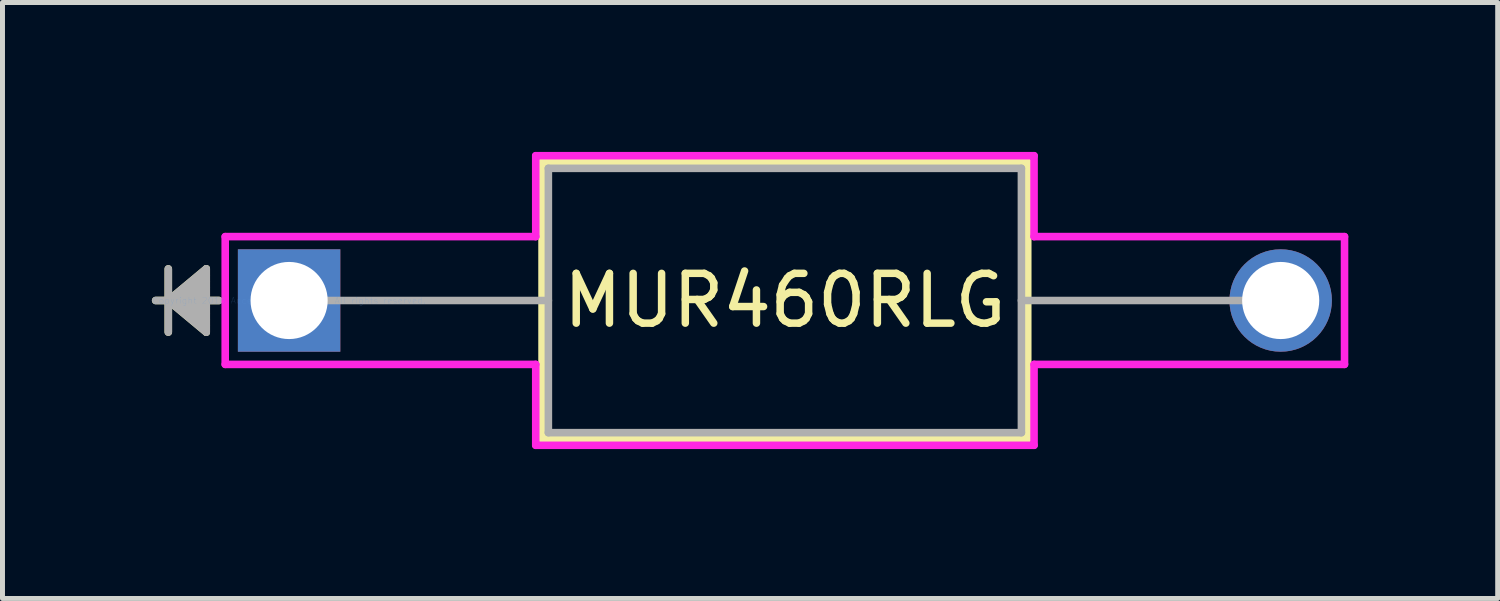
<source format=kicad_pcb>
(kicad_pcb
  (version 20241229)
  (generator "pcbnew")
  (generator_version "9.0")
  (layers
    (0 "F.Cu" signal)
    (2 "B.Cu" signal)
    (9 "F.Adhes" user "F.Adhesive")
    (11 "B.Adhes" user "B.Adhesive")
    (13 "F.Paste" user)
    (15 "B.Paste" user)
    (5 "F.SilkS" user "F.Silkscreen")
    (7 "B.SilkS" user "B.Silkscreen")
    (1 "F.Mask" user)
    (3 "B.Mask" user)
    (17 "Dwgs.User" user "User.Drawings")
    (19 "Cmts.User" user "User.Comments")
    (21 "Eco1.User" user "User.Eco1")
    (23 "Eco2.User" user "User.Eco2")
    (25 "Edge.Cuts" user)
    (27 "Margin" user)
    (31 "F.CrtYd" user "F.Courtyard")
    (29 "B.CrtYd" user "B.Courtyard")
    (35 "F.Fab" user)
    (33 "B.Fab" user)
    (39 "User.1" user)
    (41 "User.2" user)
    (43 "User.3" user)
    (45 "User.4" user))
  (footprint "MUR460RLG"
    (layer "F.Cu")
    (at 2.756 2.985)
    (property "Reference" "MUR460RLG" (at 9.957 0 0) (layer "F.SilkS") (effects (font (size 1 1) (thickness 0.15))))
    (attr through_hole)
    (fp_line (start -2.426 -0.635) (end -2.426 0.635) (stroke (width 0.152) (type solid)) (layer "F.SilkS"))
    (fp_line (start -2.426 0) (end -1.664 -0.635) (stroke (width 0.152) (type solid)) (layer "F.SilkS"))
    (fp_line (start -2.426 0) (end -1.664 -0.508) (stroke (width 0.152) (type solid)) (layer "F.SilkS"))
    (fp_line (start -2.426 0) (end -1.664 -0.381) (stroke (width 0.152) (type solid)) (layer "F.SilkS"))
    (fp_line (start -2.426 0) (end -1.664 -0.254) (stroke (width 0.152) (type solid)) (layer "F.SilkS"))
    (fp_line (start -2.426 0) (end -1.664 -0.127) (stroke (width 0.152) (type solid)) (layer "F.SilkS"))
    (fp_line (start -2.426 0) (end -1.664 0.127) (stroke (width 0.152) (type solid)) (layer "F.SilkS"))
    (fp_line (start -2.426 0) (end -1.664 0.254) (stroke (width 0.152) (type solid)) (layer "F.SilkS"))
    (fp_line (start -2.426 0) (end -1.664 0.381) (stroke (width 0.152) (type solid)) (layer "F.SilkS"))
    (fp_line (start -2.426 0) (end -1.664 0.508) (stroke (width 0.152) (type solid)) (layer "F.SilkS"))
    (fp_line (start -2.426 0) (end -1.664 0.635) (stroke (width 0.152) (type solid)) (layer "F.SilkS"))
    (fp_line (start -1.664 -0.635) (end -1.664 0.635) (stroke (width 0.152) (type solid)) (layer "F.SilkS"))
    (fp_line (start -1.41 0) (end -2.68 0) (stroke (width 0.152) (type solid)) (layer "F.SilkS"))
    (fp_line (start 5.08 -2.781) (end 5.08 2.781) (stroke (width 0.152) (type solid)) (layer "F.SilkS"))
    (fp_line (start 5.08 2.781) (end 14.834 2.781) (stroke (width 0.152) (type solid)) (layer "F.SilkS"))
    (fp_line (start 14.834 -2.781) (end 5.08 -2.781) (stroke (width 0.152) (type solid)) (layer "F.SilkS"))
    (fp_line (start 14.834 2.781) (end 14.834 -2.781) (stroke (width 0.152) (type solid)) (layer "F.SilkS"))
    (fp_line (start -1.283 -1.283) (end 4.953 -1.283) (stroke (width 0.152) (type solid)) (layer "F.CrtYd"))
    (fp_line (start -1.283 1.283) (end -1.283 -1.283) (stroke (width 0.152) (type solid)) (layer "F.CrtYd"))
    (fp_line (start 4.953 -2.908) (end 14.961 -2.908) (stroke (width 0.152) (type solid)) (layer "F.CrtYd"))
    (fp_line (start 4.953 -1.283) (end 4.953 -2.908) (stroke (width 0.152) (type solid)) (layer "F.CrtYd"))
    (fp_line (start 4.953 1.283) (end -1.283 1.283) (stroke (width 0.152) (type solid)) (layer "F.CrtYd"))
    (fp_line (start 4.953 2.908) (end 4.953 1.283) (stroke (width 0.152) (type solid)) (layer "F.CrtYd"))
    (fp_line (start 14.961 -2.908) (end 14.961 -1.283) (stroke (width 0.152) (type solid)) (layer "F.CrtYd"))
    (fp_line (start 14.961 -1.283) (end 21.196 -1.283) (stroke (width 0.152) (type solid)) (layer "F.CrtYd"))
    (fp_line (start 14.961 1.283) (end 14.961 2.908) (stroke (width 0.152) (type solid)) (layer "F.CrtYd"))
    (fp_line (start 14.961 2.908) (end 4.953 2.908) (stroke (width 0.152) (type solid)) (layer "F.CrtYd"))
    (fp_line (start 21.196 -1.283) (end 21.196 1.283) (stroke (width 0.152) (type solid)) (layer "F.CrtYd"))
    (fp_line (start 21.196 1.283) (end 14.961 1.283) (stroke (width 0.152) (type solid)) (layer "F.CrtYd"))
    (fp_line (start -2.426 -0.635) (end -2.426 0.635) (stroke (width 0.152) (type solid)) (layer "F.Fab"))
    (fp_line (start -2.426 0) (end -1.664 -0.635) (stroke (width 0.152) (type solid)) (layer "F.Fab"))
    (fp_line (start -2.426 0) (end -1.664 -0.508) (stroke (width 0.152) (type solid)) (layer "F.Fab"))
    (fp_line (start -2.426 0) (end -1.664 -0.381) (stroke (width 0.152) (type solid)) (layer "F.Fab"))
    (fp_line (start -2.426 0) (end -1.664 -0.254) (stroke (width 0.152) (type solid)) (layer "F.Fab"))
    (fp_line (start -2.426 0) (end -1.664 -0.127) (stroke (width 0.152) (type solid)) (layer "F.Fab"))
    (fp_line (start -2.426 0) (end -1.664 0.127) (stroke (width 0.152) (type solid)) (layer "F.Fab"))
    (fp_line (start -2.426 0) (end -1.664 0.254) (stroke (width 0.152) (type solid)) (layer "F.Fab"))
    (fp_line (start -2.426 0) (end -1.664 0.381) (stroke (width 0.152) (type solid)) (layer "F.Fab"))
    (fp_line (start -2.426 0) (end -1.664 0.508) (stroke (width 0.152) (type solid)) (layer "F.Fab"))
    (fp_line (start -2.426 0) (end -1.664 0.635) (stroke (width 0.152) (type solid)) (layer "F.Fab"))
    (fp_line (start -1.664 -0.635) (end -1.664 0.635) (stroke (width 0.152) (type solid)) (layer "F.Fab"))
    (fp_line (start -1.41 0) (end -2.68 0) (stroke (width 0.152) (type solid)) (layer "F.Fab"))
    (fp_line (start 0 0) (end 5.207 0) (stroke (width 0.152) (type solid)) (layer "F.Fab"))
    (fp_line (start 5.207 -2.654) (end 5.207 2.654) (stroke (width 0.152) (type solid)) (layer "F.Fab"))
    (fp_line (start 5.207 2.654) (end 14.707 2.654) (stroke (width 0.152) (type solid)) (layer "F.Fab"))
    (fp_line (start 14.707 -2.654) (end 5.207 -2.654) (stroke (width 0.152) (type solid)) (layer "F.Fab"))
    (fp_line (start 14.707 2.654) (end 14.707 -2.654) (stroke (width 0.152) (type solid)) (layer "F.Fab"))
    (fp_line (start 19.914 0) (end 14.707 0) (stroke (width 0.152) (type solid)) (layer "F.Fab"))
    (fp_text user "*" (at 0 0 0) (layer "F.SilkS") (effects (font (size 1 1) (thickness 0.15))))
    (fp_text user "Copyright 2016 Accelerated Designs. All rights reserved." (at 0 0 0) (layer "Cmts.User") (effects (font (size 0.127 0.127) (thickness 0.002))))
    (fp_text user "*" (at 0 0 0) (layer "F.Fab") (effects (font (size 1 1) (thickness 0.15))))
    (pad "1" thru_hole rect (at 0 0) (size 2.057 2.057) (drill 1.549) (layers "*.Cu" "*.Mask"))
    (pad "2" thru_hole circle (at 19.914 0) (size 2.057 2.057) (drill 1.549) (layers "*.Cu" "*.Mask")))
  (gr_rect
    (start -3 -3)
    (end 27.028 8.969)
    (stroke (width 0.1) (type default))
    (fill no)
    (layer "Edge.Cuts")))
</source>
